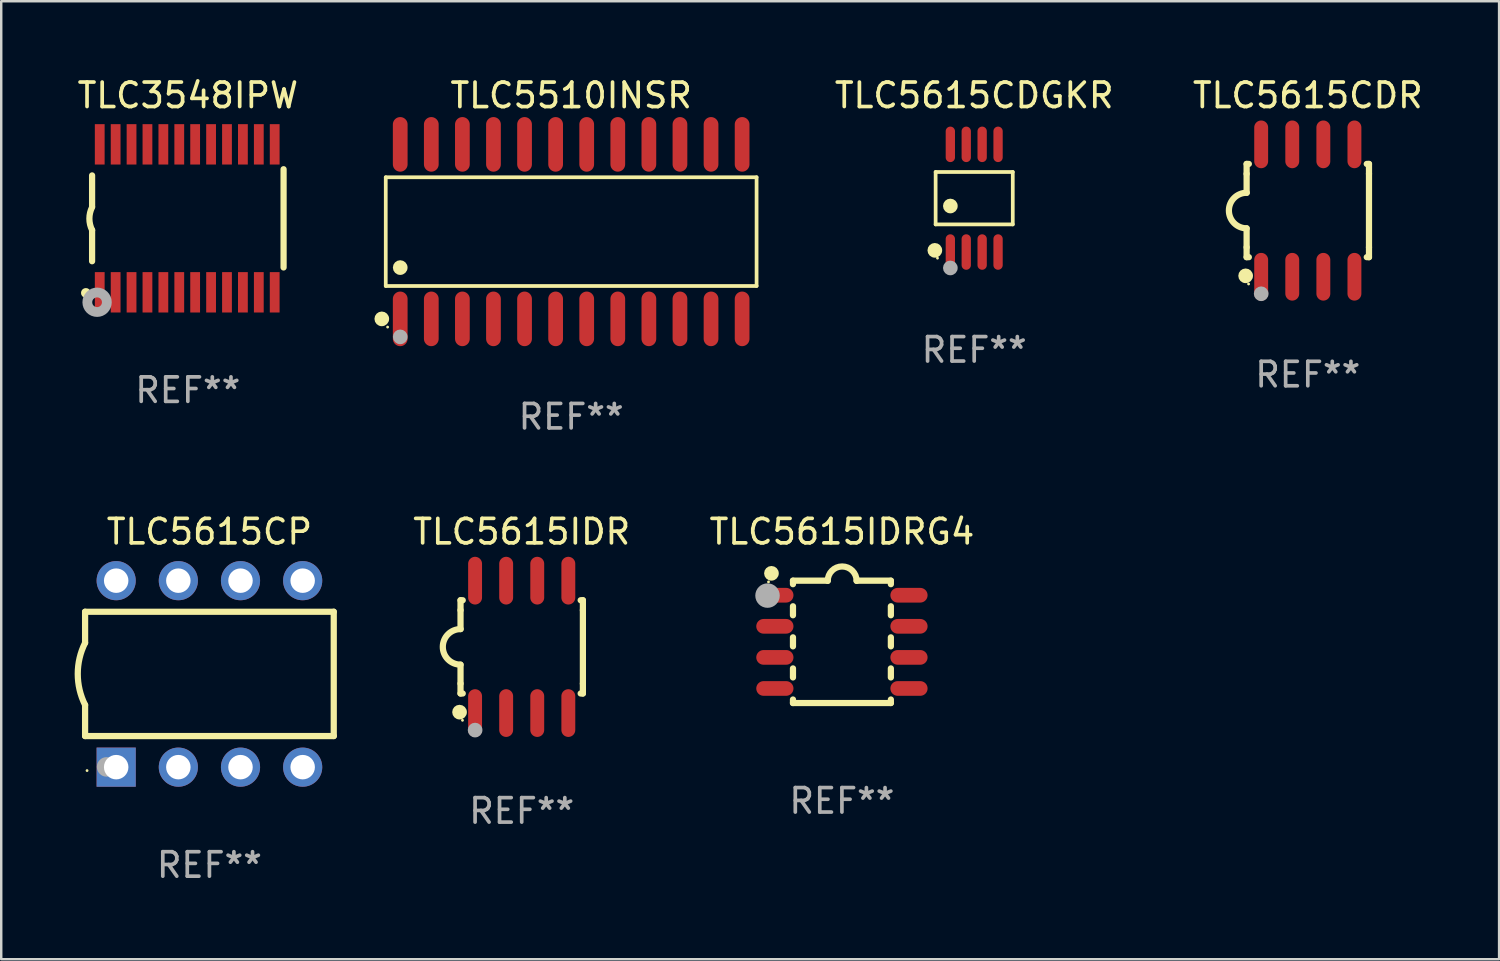
<source format=kicad_pcb>
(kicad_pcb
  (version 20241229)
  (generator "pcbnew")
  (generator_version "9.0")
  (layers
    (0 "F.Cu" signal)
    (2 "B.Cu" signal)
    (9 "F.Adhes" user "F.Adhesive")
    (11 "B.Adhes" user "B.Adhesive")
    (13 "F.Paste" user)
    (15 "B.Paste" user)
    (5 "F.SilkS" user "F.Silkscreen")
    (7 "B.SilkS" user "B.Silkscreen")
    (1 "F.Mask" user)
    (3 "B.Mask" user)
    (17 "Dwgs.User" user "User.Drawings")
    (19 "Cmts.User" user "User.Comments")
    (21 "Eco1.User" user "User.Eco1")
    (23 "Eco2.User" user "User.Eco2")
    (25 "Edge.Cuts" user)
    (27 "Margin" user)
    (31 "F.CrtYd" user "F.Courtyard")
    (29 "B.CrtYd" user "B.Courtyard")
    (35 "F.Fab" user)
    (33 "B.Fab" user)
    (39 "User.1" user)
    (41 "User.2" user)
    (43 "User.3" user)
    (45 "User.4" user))
  (footprint "TLC5510INSR"
    (layer "F.Cu")
    (at 20.288 6.414)
    (property "Reference" "TLC5510INSR" (at 0 -5.565 0) (layer "F.SilkS") (effects (font (size 1 1) (thickness 0.15))))
    (attr through_hole)
    (fp_line (start -7.576 -2.221) (end 7.576 -2.221) (stroke (width 0.152) (type solid)) (layer "F.SilkS"))
    (fp_line (start -7.576 2.221) (end -7.576 -2.221) (stroke (width 0.152) (type solid)) (layer "F.SilkS"))
    (fp_line (start 7.576 -2.221) (end 7.576 2.221) (stroke (width 0.152) (type solid)) (layer "F.SilkS"))
    (fp_line (start 7.576 2.221) (end -7.576 2.221) (stroke (width 0.152) (type solid)) (layer "F.SilkS"))
    (fp_circle (center -7.738 3.565) (end -7.588 3.565) (stroke (width 0.3) (type solid)) (fill no) (layer "F.SilkS"))
    (fp_circle (center -7.5 3.9) (end -7.47 3.9) (stroke (width 0.06) (type solid)) (fill no) (layer "F.SilkS"))
    (fp_circle (center -6.985 1.469) (end -6.835 1.469) (stroke (width 0.3) (type solid)) (fill no) (layer "F.SilkS"))
    (fp_circle (center -6.985 4.3) (end -6.835 4.3) (stroke (width 0.3) (type solid)) (fill no) (layer "F.Fab"))
    (fp_text user "REF**" (at 0 7.565 0) (layer "F.Fab") (effects (font (size 1 1) (thickness 0.15))))
    (pad "1" smd oval (at -6.985 3.565) (size 0.602 2.231) (layers "F.Cu" "F.Mask" "F.Paste"))
    (pad "2" smd oval (at -5.715 3.565) (size 0.602 2.231) (layers "F.Cu" "F.Mask" "F.Paste"))
    (pad "3" smd oval (at -4.445 3.565) (size 0.602 2.231) (layers "F.Cu" "F.Mask" "F.Paste"))
    (pad "4" smd oval (at -3.175 3.565) (size 0.602 2.231) (layers "F.Cu" "F.Mask" "F.Paste"))
    (pad "5" smd oval (at -1.905 3.565) (size 0.602 2.231) (layers "F.Cu" "F.Mask" "F.Paste"))
    (pad "6" smd oval (at -0.635 3.565) (size 0.602 2.231) (layers "F.Cu" "F.Mask" "F.Paste"))
    (pad "7" smd oval (at 0.635 3.565) (size 0.602 2.231) (layers "F.Cu" "F.Mask" "F.Paste"))
    (pad "8" smd oval (at 1.905 3.565) (size 0.602 2.231) (layers "F.Cu" "F.Mask" "F.Paste"))
    (pad "9" smd oval (at 3.175 3.565) (size 0.602 2.231) (layers "F.Cu" "F.Mask" "F.Paste"))
    (pad "10" smd oval (at 4.445 3.565) (size 0.602 2.231) (layers "F.Cu" "F.Mask" "F.Paste"))
    (pad "11" smd oval (at 5.715 3.565) (size 0.602 2.231) (layers "F.Cu" "F.Mask" "F.Paste"))
    (pad "12" smd oval (at 6.985 3.565) (size 0.602 2.231) (layers "F.Cu" "F.Mask" "F.Paste"))
    (pad "13" smd oval (at 6.985 -3.565) (size 0.602 2.231) (layers "F.Cu" "F.Mask" "F.Paste"))
    (pad "14" smd oval (at 5.715 -3.565) (size 0.602 2.231) (layers "F.Cu" "F.Mask" "F.Paste"))
    (pad "15" smd oval (at 4.445 -3.565) (size 0.602 2.231) (layers "F.Cu" "F.Mask" "F.Paste"))
    (pad "16" smd oval (at 3.175 -3.565) (size 0.602 2.231) (layers "F.Cu" "F.Mask" "F.Paste"))
    (pad "17" smd oval (at 1.905 -3.565) (size 0.602 2.231) (layers "F.Cu" "F.Mask" "F.Paste"))
    (pad "18" smd oval (at 0.635 -3.565) (size 0.602 2.231) (layers "F.Cu" "F.Mask" "F.Paste"))
    (pad "19" smd oval (at -0.635 -3.565) (size 0.602 2.231) (layers "F.Cu" "F.Mask" "F.Paste"))
    (pad "20" smd oval (at -1.905 -3.565) (size 0.602 2.231) (layers "F.Cu" "F.Mask" "F.Paste"))
    (pad "21" smd oval (at -3.175 -3.565) (size 0.602 2.231) (layers "F.Cu" "F.Mask" "F.Paste"))
    (pad "22" smd oval (at -4.445 -3.565) (size 0.602 2.231) (layers "F.Cu" "F.Mask" "F.Paste"))
    (pad "23" smd oval (at -5.715 -3.565) (size 0.602 2.231) (layers "F.Cu" "F.Mask" "F.Paste"))
    (pad "24" smd oval (at -6.985 -3.565) (size 0.602 2.231) (layers "F.Cu" "F.Mask" "F.Paste")))
  (footprint "TLC5615CDR"
    (layer "F.Cu")
    (at 50.387 5.553)
    (property "Reference" "TLC5615CDR" (at 0 -4.705 0) (layer "F.SilkS") (effects (font (size 1 1) (thickness 0.15))))
    (attr through_hole)
    (fp_line (start -2.5 -1.905) (end -2.409 -1.905) (stroke (width 0.254) (type solid)) (layer "F.SilkS"))
    (fp_line (start -2.5 -1.5) (end -2.5 -1.905) (stroke (width 0.254) (type solid)) (layer "F.SilkS"))
    (fp_line (start -2.5 -1.5) (end -2.5 -0.726) (stroke (width 0.254) (type solid)) (layer "F.SilkS"))
    (fp_line (start -2.5 1.5) (end -2.5 0.727) (stroke (width 0.254) (type solid)) (layer "F.SilkS"))
    (fp_line (start -2.5 1.5) (end -2.5 1.905) (stroke (width 0.254) (type solid)) (layer "F.SilkS"))
    (fp_line (start -2.5 1.905) (end -2.409 1.905) (stroke (width 0.254) (type solid)) (layer "F.SilkS"))
    (fp_line (start 2.5 -1.905) (end 2.409 -1.905) (stroke (width 0.254) (type solid)) (layer "F.SilkS"))
    (fp_line (start 2.5 -1.5) (end 2.5 -1.905) (stroke (width 0.254) (type solid)) (layer "F.SilkS"))
    (fp_line (start 2.5 -1.5) (end 2.5 1.5) (stroke (width 0.254) (type solid)) (layer "F.SilkS"))
    (fp_line (start 2.5 1.5) (end 2.5 1.905) (stroke (width 0.254) (type solid)) (layer "F.SilkS"))
    (fp_line (start 2.5 1.905) (end 2.409 1.905) (stroke (width 0.254) (type solid)) (layer "F.SilkS"))
    (fp_arc (start -2.5 0.726568) (mid -3.220316 -0.0023) (end -2.495097 -0.726289) (stroke (width 0.254001) (type solid)) (layer "F.SilkS"))
    (fp_circle (center -2.54 2.667) (end -2.39 2.667) (stroke (width 0.3) (type solid)) (fill no) (layer "F.SilkS"))
    (fp_circle (center -2.42 3) (end -2.39 3) (stroke (width 0.06) (type solid)) (fill no) (layer "F.SilkS"))
    (fp_circle (center -1.905 3.4) (end -1.755 3.4) (stroke (width 0.3) (type solid)) (fill no) (layer "F.Fab"))
    (fp_text user "REF**" (at 0 6.705 0) (layer "F.Fab") (effects (font (size 1 1) (thickness 0.15))))
    (pad "1" smd oval (at -1.905 2.705) (size 0.568 1.95) (layers "F.Cu" "F.Mask" "F.Paste"))
    (pad "2" smd oval (at -0.635 2.705) (size 0.568 1.95) (layers "F.Cu" "F.Mask" "F.Paste"))
    (pad "3" smd oval (at 0.635 2.705) (size 0.568 1.95) (layers "F.Cu" "F.Mask" "F.Paste"))
    (pad "4" smd oval (at 1.905 2.705) (size 0.568 1.95) (layers "F.Cu" "F.Mask" "F.Paste"))
    (pad "5" smd oval (at 1.905 -2.705) (size 0.568 1.95) (layers "F.Cu" "F.Mask" "F.Paste"))
    (pad "6" smd oval (at 0.635 -2.705) (size 0.568 1.95) (layers "F.Cu" "F.Mask" "F.Paste"))
    (pad "7" smd oval (at -0.635 -2.705) (size 0.568 1.95) (layers "F.Cu" "F.Mask" "F.Paste"))
    (pad "8" smd oval (at -1.905 -2.705) (size 0.568 1.95) (layers "F.Cu" "F.Mask" "F.Paste")))
  (footprint "TLC5615IDRG4"
    (layer "F.Cu")
    (at 31.351 23.176)
    (property "Reference" "TLC5615IDRG4" (at 0 -4.5 0) (layer "F.SilkS") (effects (font (size 1 1) (thickness 0.15))))
    (attr through_hole)
    (fp_line (start -2 -2.5) (end -2 -2.356) (stroke (width 0.254) (type solid)) (layer "F.SilkS"))
    (fp_line (start -2 -1.454) (end -2 -1.086) (stroke (width 0.254) (type solid)) (layer "F.SilkS"))
    (fp_line (start -2 -0.184) (end -2 0.184) (stroke (width 0.254) (type solid)) (layer "F.SilkS"))
    (fp_line (start -2 1.086) (end -2 1.454) (stroke (width 0.254) (type solid)) (layer "F.SilkS"))
    (fp_line (start -2 2.356) (end -2 2.5) (stroke (width 0.254) (type solid)) (layer "F.SilkS"))
    (fp_line (start -0.58 -2.5) (end -2 -2.5) (stroke (width 0.254) (type solid)) (layer "F.SilkS"))
    (fp_line (start 2 -2.5) (end 0.6 -2.5) (stroke (width 0.254) (type solid)) (layer "F.SilkS"))
    (fp_line (start 2 -2.5) (end 2 -2.356) (stroke (width 0.254) (type solid)) (layer "F.SilkS"))
    (fp_line (start 2 -1.454) (end 2 -1.086) (stroke (width 0.254) (type solid)) (layer "F.SilkS"))
    (fp_line (start 2 -0.184) (end 2 0.184) (stroke (width 0.254) (type solid)) (layer "F.SilkS"))
    (fp_line (start 2 1.086) (end 2 1.454) (stroke (width 0.254) (type solid)) (layer "F.SilkS"))
    (fp_line (start 2 2.356) (end 2 2.5) (stroke (width 0.254) (type solid)) (layer "F.SilkS"))
    (fp_line (start 2 2.5) (end -2 2.5) (stroke (width 0.254) (type solid)) (layer "F.SilkS"))
    (fp_arc (start -0.579908 -2.489992) (mid 0.010097 -3.07831) (end 0.600102 -2.489992) (stroke (width 0.254001) (type solid)) (layer "F.SilkS"))
    (fp_circle (center -3 -2.45) (end -2.97 -2.45) (stroke (width 0.06) (type solid)) (fill no) (layer "F.SilkS"))
    (fp_circle (center -2.88 -2.8) (end -2.73 -2.8) (stroke (width 0.3) (type solid)) (fill no) (layer "F.SilkS"))
    (fp_circle (center -3.04 -1.89) (end -2.79 -1.89) (stroke (width 0.5) (type solid)) (fill no) (layer "F.Fab"))
    (fp_text user "REF**" (at 0 6.5 0) (layer "F.Fab") (effects (font (size 1 1) (thickness 0.15))))
    (pad "1" smd oval (at -2.74 -1.905 90) (size 0.6 1.52) (layers "F.Cu" "F.Mask" "F.Paste"))
    (pad "2" smd oval (at -2.74 -0.635 90) (size 0.6 1.52) (layers "F.Cu" "F.Mask" "F.Paste"))
    (pad "3" smd oval (at -2.74 0.635 90) (size 0.6 1.52) (layers "F.Cu" "F.Mask" "F.Paste"))
    (pad "4" smd oval (at -2.74 1.905 90) (size 0.6 1.52) (layers "F.Cu" "F.Mask" "F.Paste"))
    (pad "5" smd oval (at 2.74 1.905 90) (size 0.6 1.52) (layers "F.Cu" "F.Mask" "F.Paste"))
    (pad "6" smd oval (at 2.74 0.635 90) (size 0.6 1.52) (layers "F.Cu" "F.Mask" "F.Paste"))
    (pad "7" smd oval (at 2.74 -0.635 90) (size 0.6 1.52) (layers "F.Cu" "F.Mask" "F.Paste"))
    (pad "8" smd oval (at 2.74 -1.905 90) (size 0.6 1.52) (layers "F.Cu" "F.Mask" "F.Paste")))
  (footprint "TLC5615IDR"
    (layer "F.Cu")
    (at 18.267 23.381)
    (property "Reference" "TLC5615IDR" (at 0 -4.705 0) (layer "F.SilkS") (effects (font (size 1 1) (thickness 0.15))))
    (attr through_hole)
    (fp_line (start -2.5 -1.905) (end -2.409 -1.905) (stroke (width 0.254) (type solid)) (layer "F.SilkS"))
    (fp_line (start -2.5 -1.5) (end -2.5 -1.905) (stroke (width 0.254) (type solid)) (layer "F.SilkS"))
    (fp_line (start -2.5 -1.5) (end -2.5 -0.726) (stroke (width 0.254) (type solid)) (layer "F.SilkS"))
    (fp_line (start -2.5 1.5) (end -2.5 0.727) (stroke (width 0.254) (type solid)) (layer "F.SilkS"))
    (fp_line (start -2.5 1.5) (end -2.5 1.905) (stroke (width 0.254) (type solid)) (layer "F.SilkS"))
    (fp_line (start -2.5 1.905) (end -2.409 1.905) (stroke (width 0.254) (type solid)) (layer "F.SilkS"))
    (fp_line (start 2.5 -1.905) (end 2.409 -1.905) (stroke (width 0.254) (type solid)) (layer "F.SilkS"))
    (fp_line (start 2.5 -1.5) (end 2.5 -1.905) (stroke (width 0.254) (type solid)) (layer "F.SilkS"))
    (fp_line (start 2.5 -1.5) (end 2.5 1.5) (stroke (width 0.254) (type solid)) (layer "F.SilkS"))
    (fp_line (start 2.5 1.5) (end 2.5 1.905) (stroke (width 0.254) (type solid)) (layer "F.SilkS"))
    (fp_line (start 2.5 1.905) (end 2.409 1.905) (stroke (width 0.254) (type solid)) (layer "F.SilkS"))
    (fp_arc (start -2.5 0.726568) (mid -3.220316 -0.0023) (end -2.495097 -0.726289) (stroke (width 0.254001) (type solid)) (layer "F.SilkS"))
    (fp_circle (center -2.54 2.667) (end -2.39 2.667) (stroke (width 0.3) (type solid)) (fill no) (layer "F.SilkS"))
    (fp_circle (center -2.42 3) (end -2.39 3) (stroke (width 0.06) (type solid)) (fill no) (layer "F.SilkS"))
    (fp_circle (center -1.905 3.4) (end -1.755 3.4) (stroke (width 0.3) (type solid)) (fill no) (layer "F.Fab"))
    (fp_text user "REF**" (at 0 6.705 0) (layer "F.Fab") (effects (font (size 1 1) (thickness 0.15))))
    (pad "1" smd oval (at -1.905 2.705) (size 0.568 1.95) (layers "F.Cu" "F.Mask" "F.Paste"))
    (pad "2" smd oval (at -0.635 2.705) (size 0.568 1.95) (layers "F.Cu" "F.Mask" "F.Paste"))
    (pad "3" smd oval (at 0.635 2.705) (size 0.568 1.95) (layers "F.Cu" "F.Mask" "F.Paste"))
    (pad "4" smd oval (at 1.905 2.705) (size 0.568 1.95) (layers "F.Cu" "F.Mask" "F.Paste"))
    (pad "5" smd oval (at 1.905 -2.705) (size 0.568 1.95) (layers "F.Cu" "F.Mask" "F.Paste"))
    (pad "6" smd oval (at 0.635 -2.705) (size 0.568 1.95) (layers "F.Cu" "F.Mask" "F.Paste"))
    (pad "7" smd oval (at -0.635 -2.705) (size 0.568 1.95) (layers "F.Cu" "F.Mask" "F.Paste"))
    (pad "8" smd oval (at -1.905 -2.705) (size 0.568 1.95) (layers "F.Cu" "F.Mask" "F.Paste")))
  (footprint "TLC3548IPW"
    (layer "F.Cu")
    (at 4.625 5.871)
    (property "Reference" "TLC3548IPW" (at 0 -5.023 0) (layer "F.SilkS") (effects (font (size 1 1) (thickness 0.15))))
    (attr through_hole)
    (fp_line (start -3.912 -0.483) (end -3.912 -1.753) (stroke (width 0.254) (type solid)) (layer "F.SilkS"))
    (fp_line (start -3.912 1.753) (end -3.912 0.483) (stroke (width 0.254) (type solid)) (layer "F.SilkS"))
    (fp_line (start 3.912 -2.007) (end 3.912 2.007) (stroke (width 0.254) (type solid)) (layer "F.SilkS"))
    (fp_arc (start -3.911608 0.482601) (mid -4.022537 0.0127) (end -3.911608 -0.457201) (stroke (width 0.254001) (type solid)) (layer "F.SilkS"))
    (fp_circle (center -4.166 3.048) (end -4.066 3.048) (stroke (width 0.2) (type solid)) (fill no) (layer "F.SilkS"))
    (fp_circle (center -3.925 3.186) (end -3.895 3.186) (stroke (width 0.06) (type solid)) (fill no) (layer "F.SilkS"))
    (fp_circle (center -3.708 3.429) (end -3.509 3.429) (stroke (width 0.4) (type solid)) (fill no) (layer "F.Fab"))
    (fp_text user "REF**" (at 0 7.023 0) (layer "F.Fab") (effects (font (size 1 1) (thickness 0.15))))
    (pad "1" smd rect (at -3.6 3.023) (size 0.4 1.65) (layers "F.Cu" "F.Mask" "F.Paste"))
    (pad "2" smd rect (at -2.95 3.023) (size 0.4 1.65) (layers "F.Cu" "F.Mask" "F.Paste"))
    (pad "3" smd rect (at -2.3 3.023) (size 0.4 1.65) (layers "F.Cu" "F.Mask" "F.Paste"))
    (pad "4" smd rect (at -1.65 3.023) (size 0.4 1.65) (layers "F.Cu" "F.Mask" "F.Paste"))
    (pad "5" smd rect (at -1 3.023) (size 0.4 1.65) (layers "F.Cu" "F.Mask" "F.Paste"))
    (pad "6" smd rect (at -0.35 3.023) (size 0.4 1.65) (layers "F.Cu" "F.Mask" "F.Paste"))
    (pad "7" smd rect (at 0.299 3.023) (size 0.4 1.65) (layers "F.Cu" "F.Mask" "F.Paste"))
    (pad "8" smd rect (at 0.95 3.023) (size 0.4 1.65) (layers "F.Cu" "F.Mask" "F.Paste"))
    (pad "9" smd rect (at 1.6 3.023) (size 0.4 1.65) (layers "F.Cu" "F.Mask" "F.Paste"))
    (pad "10" smd rect (at 2.25 3.023) (size 0.4 1.65) (layers "F.Cu" "F.Mask" "F.Paste"))
    (pad "11" smd rect (at 2.9 3.023) (size 0.4 1.65) (layers "F.Cu" "F.Mask" "F.Paste"))
    (pad "12" smd rect (at 3.549 3.023) (size 0.4 1.65) (layers "F.Cu" "F.Mask" "F.Paste"))
    (pad "13" smd rect (at 3.549 -3.023) (size 0.4 1.65) (layers "F.Cu" "F.Mask" "F.Paste"))
    (pad "14" smd rect (at 2.9 -3.023) (size 0.4 1.65) (layers "F.Cu" "F.Mask" "F.Paste"))
    (pad "15" smd rect (at 2.25 -3.023) (size 0.4 1.65) (layers "F.Cu" "F.Mask" "F.Paste"))
    (pad "16" smd rect (at 1.6 -3.023) (size 0.4 1.65) (layers "F.Cu" "F.Mask" "F.Paste"))
    (pad "17" smd rect (at 0.95 -3.023) (size 0.4 1.65) (layers "F.Cu" "F.Mask" "F.Paste"))
    (pad "18" smd rect (at 0.299 -3.023) (size 0.4 1.65) (layers "F.Cu" "F.Mask" "F.Paste"))
    (pad "19" smd rect (at -0.35 -3.023) (size 0.4 1.65) (layers "F.Cu" "F.Mask" "F.Paste"))
    (pad "20" smd rect (at -1 -3.023) (size 0.4 1.65) (layers "F.Cu" "F.Mask" "F.Paste"))
    (pad "21" smd rect (at -1.65 -3.023) (size 0.4 1.65) (layers "F.Cu" "F.Mask" "F.Paste"))
    (pad "22" smd rect (at -2.3 -3.023) (size 0.4 1.65) (layers "F.Cu" "F.Mask" "F.Paste"))
    (pad "23" smd rect (at -2.95 -3.023) (size 0.4 1.65) (layers "F.Cu" "F.Mask" "F.Paste"))
    (pad "24" smd rect (at -3.6 -3.023) (size 0.4 1.65) (layers "F.Cu" "F.Mask" "F.Paste")))
  (footprint "TLC5615CP"
    (layer "F.Cu")
    (at 5.507 24.486)
    (property "Reference" "TLC5615CP" (at 0 -5.81 0) (layer "F.SilkS") (effects (font (size 1 1) (thickness 0.15))))
    (attr through_hole)
    (fp_line (start -5.08 -1.27) (end -5.08 -2.54) (stroke (width 0.254) (type solid)) (layer "F.SilkS"))
    (fp_line (start -5.08 2.54) (end -5.08 1.27) (stroke (width 0.254) (type solid)) (layer "F.SilkS"))
    (fp_line (start 5.08 -2.54) (end -5.08 -2.54) (stroke (width 0.254) (type solid)) (layer "F.SilkS"))
    (fp_line (start 5.08 2.54) (end -5.08 2.54) (stroke (width 0.254) (type solid)) (layer "F.SilkS"))
    (fp_line (start 5.08 2.54) (end 5.08 -2.54) (stroke (width 0.254) (type solid)) (layer "F.SilkS"))
    (fp_arc (start -5.080011 1.270002) (mid -5.379818 -0.000001) (end -5.08001 -1.270003) (stroke (width 0.254001) (type solid)) (layer "F.SilkS"))
    (fp_circle (center -5 3.95) (end -4.97 3.95) (stroke (width 0.06) (type solid)) (fill no) (layer "F.SilkS"))
    (fp_circle (center -4.2 3.8) (end -4 3.8) (stroke (width 0.4) (type solid)) (fill no) (layer "F.Fab"))
    (fp_text user "REF**" (at 0 7.81 0) (layer "F.Fab") (effects (font (size 1 1) (thickness 0.15))))
    (pad "1" thru_hole rect (at -3.81 3.81) (size 1.6 1.6) (drill 1) (layers "*.Cu" "*.Mask"))
    (pad "2" thru_hole circle (at -1.27 3.81) (size 1.6 1.6) (drill 1) (layers "*.Cu" "*.Mask"))
    (pad "3" thru_hole circle (at 1.27 3.81) (size 1.6 1.6) (drill 1) (layers "*.Cu" "*.Mask"))
    (pad "4" thru_hole circle (at 3.81 3.81) (size 1.6 1.6) (drill 1) (layers "*.Cu" "*.Mask"))
    (pad "5" thru_hole circle (at 3.81 -3.81) (size 1.6 1.6) (drill 1) (layers "*.Cu" "*.Mask"))
    (pad "6" thru_hole circle (at 1.27 -3.81) (size 1.6 1.6) (drill 1) (layers "*.Cu" "*.Mask"))
    (pad "7" thru_hole circle (at -1.27 -3.81) (size 1.6 1.6) (drill 1) (layers "*.Cu" "*.Mask"))
    (pad "8" thru_hole circle (at -3.81 -3.81) (size 1.6 1.6) (drill 1) (layers "*.Cu" "*.Mask")))
  (footprint "TLC5615CDGKR"
    (layer "F.Cu")
    (at 36.756 5.048)
    (property "Reference" "TLC5615CDGKR" (at 0 -4.2 0) (layer "F.SilkS") (effects (font (size 1 1) (thickness 0.15))))
    (attr through_hole)
    (fp_line (start -1.576 -1.071) (end 1.576 -1.071) (stroke (width 0.152) (type solid)) (layer "F.SilkS"))
    (fp_line (start -1.576 1.071) (end -1.576 -1.071) (stroke (width 0.152) (type solid)) (layer "F.SilkS"))
    (fp_line (start 1.576 -1.071) (end 1.576 1.071) (stroke (width 0.152) (type solid)) (layer "F.SilkS"))
    (fp_line (start 1.576 1.071) (end -1.576 1.071) (stroke (width 0.152) (type solid)) (layer "F.SilkS"))
    (fp_circle (center -1.609 2.131) (end -1.459 2.131) (stroke (width 0.3) (type solid)) (fill no) (layer "F.SilkS"))
    (fp_circle (center -1.5 2.45) (end -1.47 2.45) (stroke (width 0.06) (type solid)) (fill no) (layer "F.SilkS"))
    (fp_circle (center -0.975 0.319) (end -0.825 0.319) (stroke (width 0.3) (type solid)) (fill no) (layer "F.SilkS"))
    (fp_circle (center -0.975 2.85) (end -0.825 2.85) (stroke (width 0.3) (type solid)) (fill no) (layer "F.Fab"))
    (fp_text user "REF**" (at 0 6.2 0) (layer "F.Fab") (effects (font (size 1 1) (thickness 0.15))))
    (pad "1" smd oval (at -0.975 2.2) (size 0.38 1.45) (layers "F.Cu" "F.Mask" "F.Paste"))
    (pad "2" smd oval (at -0.325 2.2) (size 0.38 1.45) (layers "F.Cu" "F.Mask" "F.Paste"))
    (pad "3" smd oval (at 0.325 2.2) (size 0.38 1.45) (layers "F.Cu" "F.Mask" "F.Paste"))
    (pad "4" smd oval (at 0.975 2.2) (size 0.38 1.45) (layers "F.Cu" "F.Mask" "F.Paste"))
    (pad "5" smd oval (at 0.975 -2.2) (size 0.38 1.45) (layers "F.Cu" "F.Mask" "F.Paste"))
    (pad "6" smd oval (at 0.325 -2.2) (size 0.38 1.45) (layers "F.Cu" "F.Mask" "F.Paste"))
    (pad "7" smd oval (at -0.325 -2.2) (size 0.38 1.45) (layers "F.Cu" "F.Mask" "F.Paste"))
    (pad "8" smd oval (at -0.975 -2.2) (size 0.38 1.45) (layers "F.Cu" "F.Mask" "F.Paste")))
  (gr_rect
    (start -3 -3)
    (end 58.203 36.144)
    (stroke (width 0.1) (type default))
    (fill no)
    (layer "Edge.Cuts")))
</source>
